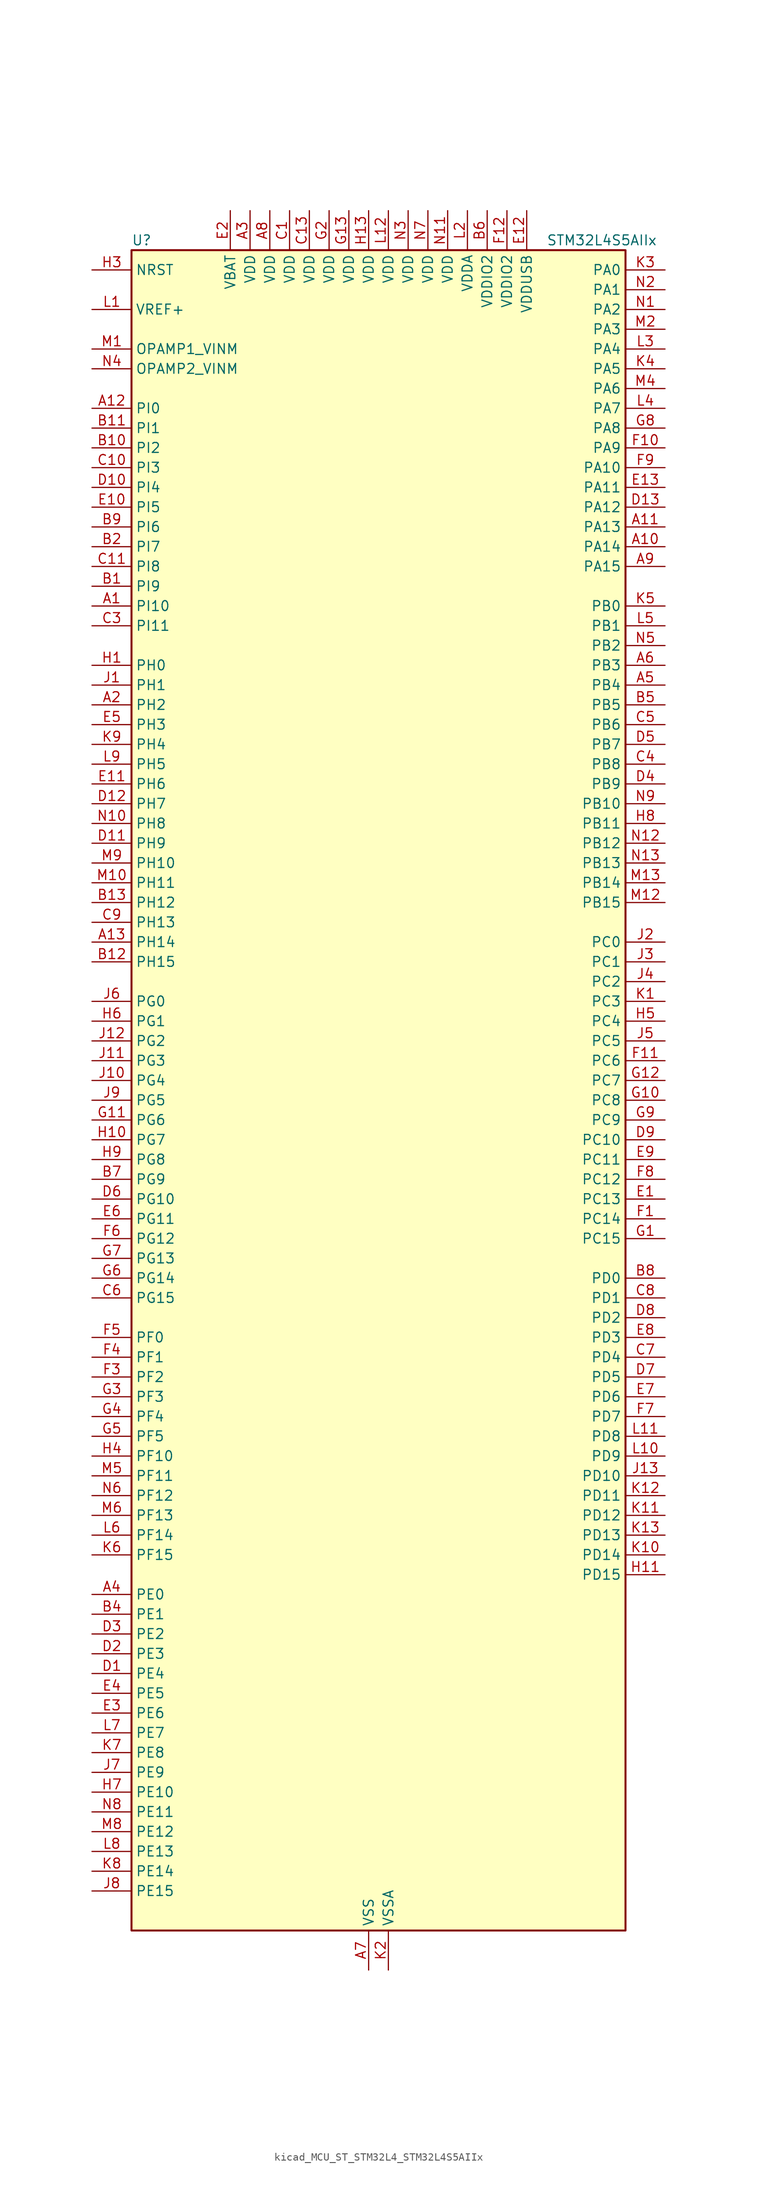
<source format=kicad_sym>
(kicad_symbol_lib
  (version 20220914)
  (generator kicad_symbol_editor)
  (symbol "kicad_MCU_ST_STM32L4_STM32L4S5AIIx"
    (property "Reference" "U"
      (at -30.48 110.49 0)
      (effects (font (size 1.27 1.27)) (justify left)))
    (property "Value" "STM32L4S5AIIx"
      (at 22.86 110.49 0)
      (effects (font (size 1.27 1.27)) (justify left)))
    (property "ki_locked" ""
      (at 0 0 0)
      (effects (font (size 1.27 1.27))))
    (symbol "kicad_MCU_ST_STM32L4_STM32L4S5AIIx_0_1"
      (rectangle (start -30.48 -106.68) (end 33.02 109.22) (stroke (width 0.254) (type default)) (fill (type background))))
    (symbol "kicad_MCU_ST_STM32L4_STM32L4S5AIIx_1_1"
      (pin bidirectional line (at -35.56 63.5 0) (length 5.08) (name "PI10" (effects (font (size 1.27 1.27)))) (number "A1" (effects (font (size 1.27 1.27)))) (alternate "OCTOSPIM_P2_IO1" bidirectional line))
      (pin bidirectional line (at 38.1 71.12 180) (length 5.08) (name "PA14" (effects (font (size 1.27 1.27)))) (number "A10" (effects (font (size 1.27 1.27)))) (alternate "I2C1_SMBA" bidirectional line) (alternate "I2C4_SMBA" bidirectional line) (alternate "LPTIM1_OUT" bidirectional line) (alternate "SAI1_FS_B" bidirectional line) (alternate "SYS_JTCK-SWCLK" bidirectional line) (alternate "USB_OTG_FS_SOF" bidirectional line))
      (pin bidirectional line (at 38.1 73.66 180) (length 5.08) (name "PA13" (effects (font (size 1.27 1.27)))) (number "A11" (effects (font (size 1.27 1.27)))) (alternate "IR_OUT" bidirectional line) (alternate "SAI1_SD_B" bidirectional line) (alternate "SYS_JTMS-SWDIO" bidirectional line) (alternate "USB_OTG_FS_NOE" bidirectional line))
      (pin bidirectional line (at -35.56 88.9 0) (length 5.08) (name "PI0" (effects (font (size 1.27 1.27)))) (number "A12" (effects (font (size 1.27 1.27)))) (alternate "DCMI_D13" bidirectional line) (alternate "OCTOSPIM_P1_IO5" bidirectional line) (alternate "SPI2_NSS" bidirectional line) (alternate "TIM5_CH4" bidirectional line))
      (pin bidirectional line (at -35.56 20.32 0) (length 5.08) (name "PH14" (effects (font (size 1.27 1.27)))) (number "A13" (effects (font (size 1.27 1.27)))) (alternate "DCMI_D4" bidirectional line) (alternate "TIM8_CH2N" bidirectional line))
      (pin bidirectional line (at -35.56 50.8 0) (length 5.08) (name "PH2" (effects (font (size 1.27 1.27)))) (number "A2" (effects (font (size 1.27 1.27)))) (alternate "OCTOSPIM_P1_IO4" bidirectional line))
      (pin power_in line (at -15.24 114.3 270) (length 5.08) (name "VDD" (effects (font (size 1.27 1.27)))) (number "A3" (effects (font (size 1.27 1.27)))))
      (pin bidirectional line (at -35.56 -63.5 0) (length 5.08) (name "PE0" (effects (font (size 1.27 1.27)))) (number "A4" (effects (font (size 1.27 1.27)))) (alternate "DCMI_D2" bidirectional line) (alternate "FMC_NBL0" bidirectional line) (alternate "TIM16_CH1" bidirectional line) (alternate "TIM4_ETR" bidirectional line))
      (pin bidirectional line (at 38.1 53.34 180) (length 5.08) (name "PB4" (effects (font (size 1.27 1.27)))) (number "A5" (effects (font (size 1.27 1.27)))) (alternate "COMP2_INP" bidirectional line) (alternate "DCMI_D12" bidirectional line) (alternate "I2C3_SDA" bidirectional line) (alternate "SAI1_MCLK_B" bidirectional line) (alternate "SPI1_MISO" bidirectional line) (alternate "SPI3_MISO" bidirectional line) (alternate "SYS_JTRST" bidirectional line) (alternate "TIM17_BKIN" bidirectional line) (alternate "TIM3_CH1" bidirectional line) (alternate "TSC_G2_IO1" bidirectional line) (alternate "UART5_DE" bidirectional line) (alternate "UART5_RTS" bidirectional line) (alternate "USART1_CTS" bidirectional line) (alternate "USART1_NSS" bidirectional line))
      (pin bidirectional line (at 38.1 55.88 180) (length 5.08) (name "PB3" (effects (font (size 1.27 1.27)))) (number "A6" (effects (font (size 1.27 1.27)))) (alternate "COMP2_INM" bidirectional line) (alternate "CRS_SYNC" bidirectional line) (alternate "SAI1_SCK_B" bidirectional line) (alternate "SPI1_SCK" bidirectional line) (alternate "SPI3_SCK" bidirectional line) (alternate "SYS_JTDO-SWO" bidirectional line) (alternate "TIM2_CH2" bidirectional line) (alternate "USART1_DE" bidirectional line) (alternate "USART1_RTS" bidirectional line))
      (pin power_in line (at 0 -111.76 90) (length 5.08) (name "VSS" (effects (font (size 1.27 1.27)))) (number "A7" (effects (font (size 1.27 1.27)))))
      (pin power_in line (at -12.7 114.3 270) (length 5.08) (name "VDD" (effects (font (size 1.27 1.27)))) (number "A8" (effects (font (size 1.27 1.27)))))
      (pin bidirectional line (at 38.1 68.58 180) (length 5.08) (name "PA15" (effects (font (size 1.27 1.27)))) (number "A9" (effects (font (size 1.27 1.27)))) (alternate "ADC1_EXTI15" bidirectional line) (alternate "SAI2_FS_B" bidirectional line) (alternate "SPI1_NSS" bidirectional line) (alternate "SPI3_NSS" bidirectional line) (alternate "SYS_JTDI" bidirectional line) (alternate "TIM2_CH1" bidirectional line) (alternate "TIM2_ETR" bidirectional line) (alternate "TSC_G3_IO1" bidirectional line) (alternate "UART4_DE" bidirectional line) (alternate "UART4_RTS" bidirectional line) (alternate "USART2_RX" bidirectional line) (alternate "USART3_DE" bidirectional line) (alternate "USART3_RTS" bidirectional line))
      (pin bidirectional line (at -35.56 66.04 0) (length 5.08) (name "PI9" (effects (font (size 1.27 1.27)))) (number "B1" (effects (font (size 1.27 1.27)))) (alternate "CAN1_RX" bidirectional line) (alternate "DAC1_EXTI9" bidirectional line) (alternate "OCTOSPIM_P2_IO2" bidirectional line))
      (pin bidirectional line (at -35.56 83.82 0) (length 5.08) (name "PI2" (effects (font (size 1.27 1.27)))) (number "B10" (effects (font (size 1.27 1.27)))) (alternate "DCMI_D9" bidirectional line) (alternate "SPI2_MISO" bidirectional line) (alternate "TIM8_CH4" bidirectional line))
      (pin bidirectional line (at -35.56 86.36 0) (length 5.08) (name "PI1" (effects (font (size 1.27 1.27)))) (number "B11" (effects (font (size 1.27 1.27)))) (alternate "DCMI_D8" bidirectional line) (alternate "SPI2_SCK" bidirectional line))
      (pin bidirectional line (at -35.56 17.78 0) (length 5.08) (name "PH15" (effects (font (size 1.27 1.27)))) (number "B12" (effects (font (size 1.27 1.27)))) (alternate "ADC1_EXTI15" bidirectional line) (alternate "DCMI_D11" bidirectional line) (alternate "OCTOSPIM_P2_IO6" bidirectional line) (alternate "TIM8_CH3N" bidirectional line))
      (pin bidirectional line (at -35.56 25.4 0) (length 5.08) (name "PH12" (effects (font (size 1.27 1.27)))) (number "B13" (effects (font (size 1.27 1.27)))) (alternate "DCMI_D3" bidirectional line) (alternate "OCTOSPIM_P2_IO7" bidirectional line) (alternate "TIM5_CH3" bidirectional line))
      (pin bidirectional line (at -35.56 71.12 0) (length 5.08) (name "PI7" (effects (font (size 1.27 1.27)))) (number "B2" (effects (font (size 1.27 1.27)))) (alternate "DCMI_D7" bidirectional line) (alternate "TIM8_CH3" bidirectional line))
      (pin passive line (at 0 -111.76 90) (length 5.08) hide (name "VSS" (effects (font (size 1.27 1.27)))) (number "B3" (effects (font (size 1.27 1.27)))))
      (pin bidirectional line (at -35.56 -66.04 0) (length 5.08) (name "PE1" (effects (font (size 1.27 1.27)))) (number "B4" (effects (font (size 1.27 1.27)))) (alternate "DCMI_D3" bidirectional line) (alternate "FMC_NBL1" bidirectional line) (alternate "TIM17_CH1" bidirectional line))
      (pin bidirectional line (at 38.1 50.8 180) (length 5.08) (name "PB5" (effects (font (size 1.27 1.27)))) (number "B5" (effects (font (size 1.27 1.27)))) (alternate "COMP2_OUT" bidirectional line) (alternate "DCMI_D10" bidirectional line) (alternate "I2C1_SMBA" bidirectional line) (alternate "LPTIM1_IN1" bidirectional line) (alternate "SAI1_SD_B" bidirectional line) (alternate "SPI1_MOSI" bidirectional line) (alternate "SPI3_MOSI" bidirectional line) (alternate "TIM16_BKIN" bidirectional line) (alternate "TIM3_CH2" bidirectional line) (alternate "TSC_G2_IO2" bidirectional line) (alternate "UART5_CTS" bidirectional line) (alternate "USART1_CK" bidirectional line))
      (pin power_in line (at 15.24 114.3 270) (length 5.08) (name "VDDIO2" (effects (font (size 1.27 1.27)))) (number "B6" (effects (font (size 1.27 1.27)))))
      (pin bidirectional line (at -35.56 -10.16 0) (length 5.08) (name "PG9" (effects (font (size 1.27 1.27)))) (number "B7" (effects (font (size 1.27 1.27)))) (alternate "DAC1_EXTI9" bidirectional line) (alternate "FMC_NCE" bidirectional line) (alternate "FMC_NE2" bidirectional line) (alternate "OCTOSPIM_P2_IO6" bidirectional line) (alternate "SAI2_SCK_A" bidirectional line) (alternate "SPI3_SCK" bidirectional line) (alternate "TIM15_CH1N" bidirectional line) (alternate "USART1_TX" bidirectional line))
      (pin bidirectional line (at 38.1 -22.86 180) (length 5.08) (name "PD0" (effects (font (size 1.27 1.27)))) (number "B8" (effects (font (size 1.27 1.27)))) (alternate "CAN1_RX" bidirectional line) (alternate "DFSDM1_DATIN7" bidirectional line) (alternate "FMC_D2" bidirectional line) (alternate "FMC_DA2" bidirectional line) (alternate "SPI2_NSS" bidirectional line))
      (pin bidirectional line (at -35.56 73.66 0) (length 5.08) (name "PI6" (effects (font (size 1.27 1.27)))) (number "B9" (effects (font (size 1.27 1.27)))) (alternate "DCMI_D6" bidirectional line) (alternate "OCTOSPIM_P2_CLK" bidirectional line) (alternate "TIM8_CH2" bidirectional line))
      (pin power_in line (at -10.16 114.3 270) (length 5.08) (name "VDD" (effects (font (size 1.27 1.27)))) (number "C1" (effects (font (size 1.27 1.27)))))
      (pin bidirectional line (at -35.56 81.28 0) (length 5.08) (name "PI3" (effects (font (size 1.27 1.27)))) (number "C10" (effects (font (size 1.27 1.27)))) (alternate "DCMI_D10" bidirectional line) (alternate "SPI2_MOSI" bidirectional line) (alternate "TIM8_ETR" bidirectional line))
      (pin bidirectional line (at -35.56 68.58 0) (length 5.08) (name "PI8" (effects (font (size 1.27 1.27)))) (number "C11" (effects (font (size 1.27 1.27)))) (alternate "DCMI_D12" bidirectional line) (alternate "OCTOSPIM_P2_NCS" bidirectional line))
      (pin passive line (at 0 -111.76 90) (length 5.08) hide (name "VSS" (effects (font (size 1.27 1.27)))) (number "C12" (effects (font (size 1.27 1.27)))))
      (pin power_in line (at -7.62 114.3 270) (length 5.08) (name "VDD" (effects (font (size 1.27 1.27)))) (number "C13" (effects (font (size 1.27 1.27)))))
      (pin passive line (at 0 -111.76 90) (length 5.08) hide (name "VSS" (effects (font (size 1.27 1.27)))) (number "C2" (effects (font (size 1.27 1.27)))))
      (pin bidirectional line (at -35.56 60.96 0) (length 5.08) (name "PI11" (effects (font (size 1.27 1.27)))) (number "C3" (effects (font (size 1.27 1.27)))) (alternate "ADC1_EXTI11" bidirectional line) (alternate "OCTOSPIM_P2_IO0" bidirectional line))
      (pin bidirectional line (at 38.1 43.18 180) (length 5.08) (name "PB8" (effects (font (size 1.27 1.27)))) (number "C4" (effects (font (size 1.27 1.27)))) (alternate "CAN1_RX" bidirectional line) (alternate "DCMI_D6" bidirectional line) (alternate "DFSDM1_CKOUT" bidirectional line) (alternate "DFSDM1_DATIN6" bidirectional line) (alternate "I2C1_SCL" bidirectional line) (alternate "SAI1_CK1" bidirectional line) (alternate "SAI1_MCLK_A" bidirectional line) (alternate "SDMMC1_CKIN" bidirectional line) (alternate "SDMMC1_D4" bidirectional line) (alternate "TIM16_CH1" bidirectional line) (alternate "TIM4_CH3" bidirectional line))
      (pin bidirectional line (at 38.1 48.26 180) (length 5.08) (name "PB6" (effects (font (size 1.27 1.27)))) (number "C5" (effects (font (size 1.27 1.27)))) (alternate "COMP2_INP" bidirectional line) (alternate "DCMI_D5" bidirectional line) (alternate "DFSDM1_DATIN5" bidirectional line) (alternate "I2C1_SCL" bidirectional line) (alternate "I2C4_SCL" bidirectional line) (alternate "LPTIM1_ETR" bidirectional line) (alternate "SAI1_FS_B" bidirectional line) (alternate "TIM16_CH1N" bidirectional line) (alternate "TIM4_CH1" bidirectional line) (alternate "TIM8_BKIN2" bidirectional line) (alternate "TSC_G2_IO3" bidirectional line) (alternate "USART1_TX" bidirectional line))
      (pin bidirectional line (at -35.56 -25.4 0) (length 5.08) (name "PG15" (effects (font (size 1.27 1.27)))) (number "C6" (effects (font (size 1.27 1.27)))) (alternate "ADC1_EXTI15" bidirectional line) (alternate "DCMI_D13" bidirectional line) (alternate "I2C1_SMBA" bidirectional line) (alternate "LPTIM1_OUT" bidirectional line) (alternate "OCTOSPIM_P2_DQS" bidirectional line))
      (pin bidirectional line (at 38.1 -33.02 180) (length 5.08) (name "PD4" (effects (font (size 1.27 1.27)))) (number "C7" (effects (font (size 1.27 1.27)))) (alternate "DFSDM1_CKIN0" bidirectional line) (alternate "FMC_NOE" bidirectional line) (alternate "OCTOSPIM_P1_IO4" bidirectional line) (alternate "SPI2_MOSI" bidirectional line) (alternate "USART2_DE" bidirectional line) (alternate "USART2_RTS" bidirectional line))
      (pin bidirectional line (at 38.1 -25.4 180) (length 5.08) (name "PD1" (effects (font (size 1.27 1.27)))) (number "C8" (effects (font (size 1.27 1.27)))) (alternate "CAN1_TX" bidirectional line) (alternate "DFSDM1_CKIN7" bidirectional line) (alternate "FMC_D3" bidirectional line) (alternate "FMC_DA3" bidirectional line) (alternate "SPI2_SCK" bidirectional line))
      (pin bidirectional line (at -35.56 22.86 0) (length 5.08) (name "PH13" (effects (font (size 1.27 1.27)))) (number "C9" (effects (font (size 1.27 1.27)))) (alternate "CAN1_TX" bidirectional line) (alternate "TIM8_CH1N" bidirectional line))
      (pin bidirectional line (at -35.56 -73.66 0) (length 5.08) (name "PE4" (effects (font (size 1.27 1.27)))) (number "D1" (effects (font (size 1.27 1.27)))) (alternate "DCMI_D4" bidirectional line) (alternate "DFSDM1_DATIN3" bidirectional line) (alternate "FMC_A20" bidirectional line) (alternate "SAI1_D2" bidirectional line) (alternate "SAI1_FS_A" bidirectional line) (alternate "SYS_TRACED1" bidirectional line) (alternate "TIM3_CH2" bidirectional line) (alternate "TSC_G7_IO3" bidirectional line))
      (pin bidirectional line (at -35.56 78.74 0) (length 5.08) (name "PI4" (effects (font (size 1.27 1.27)))) (number "D10" (effects (font (size 1.27 1.27)))) (alternate "DCMI_D5" bidirectional line) (alternate "TIM8_BKIN" bidirectional line))
      (pin bidirectional line (at -35.56 33.02 0) (length 5.08) (name "PH9" (effects (font (size 1.27 1.27)))) (number "D11" (effects (font (size 1.27 1.27)))) (alternate "DAC1_EXTI9" bidirectional line) (alternate "DCMI_D0" bidirectional line) (alternate "I2C3_SMBA" bidirectional line) (alternate "OCTOSPIM_P2_IO4" bidirectional line))
      (pin bidirectional line (at -35.56 38.1 0) (length 5.08) (name "PH7" (effects (font (size 1.27 1.27)))) (number "D12" (effects (font (size 1.27 1.27)))) (alternate "DCMI_D9" bidirectional line) (alternate "I2C3_SCL" bidirectional line))
      (pin bidirectional line (at 38.1 76.2 180) (length 5.08) (name "PA12" (effects (font (size 1.27 1.27)))) (number "D13" (effects (font (size 1.27 1.27)))) (alternate "CAN1_TX" bidirectional line) (alternate "SPI1_MOSI" bidirectional line) (alternate "TIM1_ETR" bidirectional line) (alternate "USART1_DE" bidirectional line) (alternate "USART1_RTS" bidirectional line) (alternate "USB_OTG_FS_DP" bidirectional line))
      (pin bidirectional line (at -35.56 -71.12 0) (length 5.08) (name "PE3" (effects (font (size 1.27 1.27)))) (number "D2" (effects (font (size 1.27 1.27)))) (alternate "FMC_A19" bidirectional line) (alternate "OCTOSPIM_P1_DQS" bidirectional line) (alternate "SAI1_SD_B" bidirectional line) (alternate "SYS_TRACED0" bidirectional line) (alternate "TIM3_CH1" bidirectional line) (alternate "TSC_G7_IO2" bidirectional line))
      (pin bidirectional line (at -35.56 -68.58 0) (length 5.08) (name "PE2" (effects (font (size 1.27 1.27)))) (number "D3" (effects (font (size 1.27 1.27)))) (alternate "FMC_A23" bidirectional line) (alternate "SAI1_CK1" bidirectional line) (alternate "SAI1_MCLK_A" bidirectional line) (alternate "SYS_TRACECLK" bidirectional line) (alternate "TIM3_ETR" bidirectional line) (alternate "TSC_G7_IO1" bidirectional line))
      (pin bidirectional line (at 38.1 40.64 180) (length 5.08) (name "PB9" (effects (font (size 1.27 1.27)))) (number "D4" (effects (font (size 1.27 1.27)))) (alternate "CAN1_TX" bidirectional line) (alternate "DAC1_EXTI9" bidirectional line) (alternate "DCMI_D7" bidirectional line) (alternate "DFSDM1_CKIN6" bidirectional line) (alternate "I2C1_SDA" bidirectional line) (alternate "IR_OUT" bidirectional line) (alternate "SAI1_D2" bidirectional line) (alternate "SAI1_FS_A" bidirectional line) (alternate "SDMMC1_CDIR" bidirectional line) (alternate "SDMMC1_D5" bidirectional line) (alternate "SPI2_NSS" bidirectional line) (alternate "TIM17_CH1" bidirectional line) (alternate "TIM4_CH4" bidirectional line))
      (pin bidirectional line (at 38.1 45.72 180) (length 5.08) (name "PB7" (effects (font (size 1.27 1.27)))) (number "D5" (effects (font (size 1.27 1.27)))) (alternate "COMP2_INM" bidirectional line) (alternate "DCMI_VSYNC" bidirectional line) (alternate "DFSDM1_CKIN5" bidirectional line) (alternate "FMC_NL" bidirectional line) (alternate "I2C1_SDA" bidirectional line) (alternate "I2C4_SDA" bidirectional line) (alternate "LPTIM1_IN2" bidirectional line) (alternate "SYS_PVD_IN" bidirectional line) (alternate "TIM17_CH1N" bidirectional line) (alternate "TIM4_CH2" bidirectional line) (alternate "TIM8_BKIN" bidirectional line) (alternate "TSC_G2_IO4" bidirectional line) (alternate "UART4_CTS" bidirectional line) (alternate "USART1_RX" bidirectional line))
      (pin bidirectional line (at -35.56 -12.7 0) (length 5.08) (name "PG10" (effects (font (size 1.27 1.27)))) (number "D6" (effects (font (size 1.27 1.27)))) (alternate "FMC_NE3" bidirectional line) (alternate "LPTIM1_IN1" bidirectional line) (alternate "OCTOSPIM_P2_IO7" bidirectional line) (alternate "SAI2_FS_A" bidirectional line) (alternate "SPI3_MISO" bidirectional line) (alternate "TIM15_CH1" bidirectional line) (alternate "USART1_RX" bidirectional line))
      (pin bidirectional line (at 38.1 -35.56 180) (length 5.08) (name "PD5" (effects (font (size 1.27 1.27)))) (number "D7" (effects (font (size 1.27 1.27)))) (alternate "FMC_NWE" bidirectional line) (alternate "OCTOSPIM_P1_IO5" bidirectional line) (alternate "USART2_TX" bidirectional line))
      (pin bidirectional line (at 38.1 -27.94 180) (length 5.08) (name "PD2" (effects (font (size 1.27 1.27)))) (number "D8" (effects (font (size 1.27 1.27)))) (alternate "DCMI_D11" bidirectional line) (alternate "SDMMC1_CMD" bidirectional line) (alternate "SYS_TRACED2" bidirectional line) (alternate "TIM3_ETR" bidirectional line) (alternate "TSC_SYNC" bidirectional line) (alternate "UART5_RX" bidirectional line) (alternate "USART3_DE" bidirectional line) (alternate "USART3_RTS" bidirectional line))
      (pin bidirectional line (at 38.1 -5.08 180) (length 5.08) (name "PC10" (effects (font (size 1.27 1.27)))) (number "D9" (effects (font (size 1.27 1.27)))) (alternate "DCMI_D8" bidirectional line) (alternate "SAI2_SCK_B" bidirectional line) (alternate "SDMMC1_D2" bidirectional line) (alternate "SPI3_SCK" bidirectional line) (alternate "SYS_TRACED1" bidirectional line) (alternate "TSC_G3_IO2" bidirectional line) (alternate "UART4_TX" bidirectional line) (alternate "USART3_TX" bidirectional line))
      (pin bidirectional line (at 38.1 -12.7 180) (length 5.08) (name "PC13" (effects (font (size 1.27 1.27)))) (number "E1" (effects (font (size 1.27 1.27)))) (alternate "RTC_OUT_ALARM" bidirectional line) (alternate "RTC_OUT_CALIB" bidirectional line) (alternate "RTC_TAMP1" bidirectional line) (alternate "RTC_TS" bidirectional line) (alternate "SYS_WKUP2" bidirectional line))
      (pin bidirectional line (at -35.56 76.2 0) (length 5.08) (name "PI5" (effects (font (size 1.27 1.27)))) (number "E10" (effects (font (size 1.27 1.27)))) (alternate "DCMI_VSYNC" bidirectional line) (alternate "OCTOSPIM_P2_NCS" bidirectional line) (alternate "TIM8_CH1" bidirectional line))
      (pin bidirectional line (at -35.56 40.64 0) (length 5.08) (name "PH6" (effects (font (size 1.27 1.27)))) (number "E11" (effects (font (size 1.27 1.27)))) (alternate "DCMI_D8" bidirectional line) (alternate "I2C2_SMBA" bidirectional line) (alternate "OCTOSPIM_P2_CLK" bidirectional line))
      (pin power_in line (at 20.32 114.3 270) (length 5.08) (name "VDDUSB" (effects (font (size 1.27 1.27)))) (number "E12" (effects (font (size 1.27 1.27)))))
      (pin bidirectional line (at 38.1 78.74 180) (length 5.08) (name "PA11" (effects (font (size 1.27 1.27)))) (number "E13" (effects (font (size 1.27 1.27)))) (alternate "ADC1_EXTI11" bidirectional line) (alternate "CAN1_RX" bidirectional line) (alternate "SPI1_MISO" bidirectional line) (alternate "TIM1_BKIN2" bidirectional line) (alternate "TIM1_CH4" bidirectional line) (alternate "USART1_CTS" bidirectional line) (alternate "USART1_NSS" bidirectional line) (alternate "USB_OTG_FS_DM" bidirectional line))
      (pin power_in line (at -17.78 114.3 270) (length 5.08) (name "VBAT" (effects (font (size 1.27 1.27)))) (number "E2" (effects (font (size 1.27 1.27)))))
      (pin bidirectional line (at -35.56 -78.74 0) (length 5.08) (name "PE6" (effects (font (size 1.27 1.27)))) (number "E3" (effects (font (size 1.27 1.27)))) (alternate "DCMI_D7" bidirectional line) (alternate "FMC_A22" bidirectional line) (alternate "RTC_TAMP3" bidirectional line) (alternate "SAI1_D1" bidirectional line) (alternate "SAI1_SD_A" bidirectional line) (alternate "SYS_TRACED3" bidirectional line) (alternate "SYS_WKUP3" bidirectional line) (alternate "TIM3_CH4" bidirectional line))
      (pin bidirectional line (at -35.56 -76.2 0) (length 5.08) (name "PE5" (effects (font (size 1.27 1.27)))) (number "E4" (effects (font (size 1.27 1.27)))) (alternate "DCMI_D6" bidirectional line) (alternate "DFSDM1_CKIN3" bidirectional line) (alternate "FMC_A21" bidirectional line) (alternate "SAI1_CK2" bidirectional line) (alternate "SAI1_SCK_A" bidirectional line) (alternate "SYS_TRACED2" bidirectional line) (alternate "TIM3_CH3" bidirectional line) (alternate "TSC_G7_IO4" bidirectional line))
      (pin bidirectional line (at -35.56 48.26 0) (length 5.08) (name "PH3" (effects (font (size 1.27 1.27)))) (number "E5" (effects (font (size 1.27 1.27)))))
      (pin bidirectional line (at -35.56 -15.24 0) (length 5.08) (name "PG11" (effects (font (size 1.27 1.27)))) (number "E6" (effects (font (size 1.27 1.27)))) (alternate "ADC1_EXTI11" bidirectional line) (alternate "LPTIM1_IN2" bidirectional line) (alternate "OCTOSPIM_P1_IO5" bidirectional line) (alternate "SAI2_MCLK_A" bidirectional line) (alternate "SPI3_MOSI" bidirectional line) (alternate "TIM15_CH2" bidirectional line) (alternate "USART1_CTS" bidirectional line) (alternate "USART1_NSS" bidirectional line))
      (pin bidirectional line (at 38.1 -38.1 180) (length 5.08) (name "PD6" (effects (font (size 1.27 1.27)))) (number "E7" (effects (font (size 1.27 1.27)))) (alternate "DCMI_D10" bidirectional line) (alternate "DFSDM1_DATIN1" bidirectional line) (alternate "FMC_NWAIT" bidirectional line) (alternate "OCTOSPIM_P1_IO6" bidirectional line) (alternate "SAI1_D1" bidirectional line) (alternate "SAI1_SD_A" bidirectional line) (alternate "SPI3_MOSI" bidirectional line) (alternate "USART2_RX" bidirectional line))
      (pin bidirectional line (at 38.1 -30.48 180) (length 5.08) (name "PD3" (effects (font (size 1.27 1.27)))) (number "E8" (effects (font (size 1.27 1.27)))) (alternate "DCMI_D5" bidirectional line) (alternate "DFSDM1_DATIN0" bidirectional line) (alternate "FMC_CLK" bidirectional line) (alternate "OCTOSPIM_P2_NCS" bidirectional line) (alternate "SPI2_MISO" bidirectional line) (alternate "SPI2_SCK" bidirectional line) (alternate "USART2_CTS" bidirectional line) (alternate "USART2_NSS" bidirectional line))
      (pin bidirectional line (at 38.1 -7.62 180) (length 5.08) (name "PC11" (effects (font (size 1.27 1.27)))) (number "E9" (effects (font (size 1.27 1.27)))) (alternate "ADC1_EXTI11" bidirectional line) (alternate "DCMI_D2" bidirectional line) (alternate "DCMI_D4" bidirectional line) (alternate "OCTOSPIM_P1_NCS" bidirectional line) (alternate "SAI2_MCLK_B" bidirectional line) (alternate "SDMMC1_D3" bidirectional line) (alternate "SPI3_MISO" bidirectional line) (alternate "TSC_G3_IO3" bidirectional line) (alternate "UART4_RX" bidirectional line) (alternate "USART3_RX" bidirectional line))
      (pin bidirectional line (at 38.1 -15.24 180) (length 5.08) (name "PC14" (effects (font (size 1.27 1.27)))) (number "F1" (effects (font (size 1.27 1.27)))) (alternate "RCC_OSC32_IN" bidirectional line))
      (pin bidirectional line (at 38.1 83.82 180) (length 5.08) (name "PA9" (effects (font (size 1.27 1.27)))) (number "F10" (effects (font (size 1.27 1.27)))) (alternate "DAC1_EXTI9" bidirectional line) (alternate "DCMI_D0" bidirectional line) (alternate "SAI1_FS_A" bidirectional line) (alternate "SPI2_SCK" bidirectional line) (alternate "TIM15_BKIN" bidirectional line) (alternate "TIM1_CH2" bidirectional line) (alternate "USART1_TX" bidirectional line) (alternate "USB_OTG_FS_VBUS" bidirectional line))
      (pin bidirectional line (at 38.1 5.08 180) (length 5.08) (name "PC6" (effects (font (size 1.27 1.27)))) (number "F11" (effects (font (size 1.27 1.27)))) (alternate "DCMI_D0" bidirectional line) (alternate "DFSDM1_CKIN3" bidirectional line) (alternate "SAI2_MCLK_A" bidirectional line) (alternate "SDMMC1_D0DIR" bidirectional line) (alternate "SDMMC1_D6" bidirectional line) (alternate "TIM3_CH1" bidirectional line) (alternate "TIM8_CH1" bidirectional line) (alternate "TSC_G4_IO1" bidirectional line))
      (pin power_in line (at 17.78 114.3 270) (length 5.08) (name "VDDIO2" (effects (font (size 1.27 1.27)))) (number "F12" (effects (font (size 1.27 1.27)))))
      (pin passive line (at 0 -111.76 90) (length 5.08) hide (name "VSS" (effects (font (size 1.27 1.27)))) (number "F13" (effects (font (size 1.27 1.27)))))
      (pin passive line (at 0 -111.76 90) (length 5.08) hide (name "VSS" (effects (font (size 1.27 1.27)))) (number "F2" (effects (font (size 1.27 1.27)))))
      (pin bidirectional line (at -35.56 -35.56 0) (length 5.08) (name "PF2" (effects (font (size 1.27 1.27)))) (number "F3" (effects (font (size 1.27 1.27)))) (alternate "FMC_A2" bidirectional line) (alternate "I2C2_SMBA" bidirectional line) (alternate "OCTOSPIM_P2_IO2" bidirectional line))
      (pin bidirectional line (at -35.56 -33.02 0) (length 5.08) (name "PF1" (effects (font (size 1.27 1.27)))) (number "F4" (effects (font (size 1.27 1.27)))) (alternate "FMC_A1" bidirectional line) (alternate "I2C2_SCL" bidirectional line) (alternate "OCTOSPIM_P2_IO1" bidirectional line))
      (pin bidirectional line (at -35.56 -30.48 0) (length 5.08) (name "PF0" (effects (font (size 1.27 1.27)))) (number "F5" (effects (font (size 1.27 1.27)))) (alternate "FMC_A0" bidirectional line) (alternate "I2C2_SDA" bidirectional line) (alternate "OCTOSPIM_P2_IO0" bidirectional line))
      (pin bidirectional line (at -35.56 -17.78 0) (length 5.08) (name "PG12" (effects (font (size 1.27 1.27)))) (number "F6" (effects (font (size 1.27 1.27)))) (alternate "FMC_NE4" bidirectional line) (alternate "LPTIM1_ETR" bidirectional line) (alternate "OCTOSPIM_P2_NCS" bidirectional line) (alternate "SAI2_SD_A" bidirectional line) (alternate "SPI3_NSS" bidirectional line) (alternate "USART1_DE" bidirectional line) (alternate "USART1_RTS" bidirectional line))
      (pin bidirectional line (at 38.1 -40.64 180) (length 5.08) (name "PD7" (effects (font (size 1.27 1.27)))) (number "F7" (effects (font (size 1.27 1.27)))) (alternate "DFSDM1_CKIN1" bidirectional line) (alternate "FMC_NCE" bidirectional line) (alternate "FMC_NE1" bidirectional line) (alternate "OCTOSPIM_P1_IO7" bidirectional line) (alternate "USART2_CK" bidirectional line))
      (pin bidirectional line (at 38.1 -10.16 180) (length 5.08) (name "PC12" (effects (font (size 1.27 1.27)))) (number "F8" (effects (font (size 1.27 1.27)))) (alternate "DCMI_D9" bidirectional line) (alternate "SAI2_SD_B" bidirectional line) (alternate "SDMMC1_CK" bidirectional line) (alternate "SPI3_MOSI" bidirectional line) (alternate "SYS_TRACED3" bidirectional line) (alternate "TSC_G3_IO4" bidirectional line) (alternate "UART5_TX" bidirectional line) (alternate "USART3_CK" bidirectional line))
      (pin bidirectional line (at 38.1 81.28 180) (length 5.08) (name "PA10" (effects (font (size 1.27 1.27)))) (number "F9" (effects (font (size 1.27 1.27)))) (alternate "DCMI_D1" bidirectional line) (alternate "SAI1_D1" bidirectional line) (alternate "SAI1_SD_A" bidirectional line) (alternate "TIM17_BKIN" bidirectional line) (alternate "TIM1_CH3" bidirectional line) (alternate "USART1_RX" bidirectional line) (alternate "USB_OTG_FS_ID" bidirectional line))
      (pin bidirectional line (at 38.1 -17.78 180) (length 5.08) (name "PC15" (effects (font (size 1.27 1.27)))) (number "G1" (effects (font (size 1.27 1.27)))) (alternate "ADC1_EXTI15" bidirectional line) (alternate "RCC_OSC32_OUT" bidirectional line))
      (pin bidirectional line (at 38.1 0 180) (length 5.08) (name "PC8" (effects (font (size 1.27 1.27)))) (number "G10" (effects (font (size 1.27 1.27)))) (alternate "DCMI_D2" bidirectional line) (alternate "SDMMC1_D0" bidirectional line) (alternate "TIM3_CH3" bidirectional line) (alternate "TIM8_CH3" bidirectional line) (alternate "TSC_G4_IO3" bidirectional line))
      (pin bidirectional line (at -35.56 -2.54 0) (length 5.08) (name "PG6" (effects (font (size 1.27 1.27)))) (number "G11" (effects (font (size 1.27 1.27)))) (alternate "I2C3_SMBA" bidirectional line) (alternate "LPUART1_DE" bidirectional line) (alternate "LPUART1_RTS" bidirectional line) (alternate "OCTOSPIM_P1_DQS" bidirectional line))
      (pin bidirectional line (at 38.1 2.54 180) (length 5.08) (name "PC7" (effects (font (size 1.27 1.27)))) (number "G12" (effects (font (size 1.27 1.27)))) (alternate "DCMI_D1" bidirectional line) (alternate "DFSDM1_DATIN3" bidirectional line) (alternate "SAI2_MCLK_B" bidirectional line) (alternate "SDMMC1_D123DIR" bidirectional line) (alternate "SDMMC1_D7" bidirectional line) (alternate "TIM3_CH2" bidirectional line) (alternate "TIM8_CH2" bidirectional line) (alternate "TSC_G4_IO2" bidirectional line))
      (pin power_in line (at -2.54 114.3 270) (length 5.08) (name "VDD" (effects (font (size 1.27 1.27)))) (number "G13" (effects (font (size 1.27 1.27)))))
      (pin power_in line (at -5.08 114.3 270) (length 5.08) (name "VDD" (effects (font (size 1.27 1.27)))) (number "G2" (effects (font (size 1.27 1.27)))))
      (pin bidirectional line (at -35.56 -38.1 0) (length 5.08) (name "PF3" (effects (font (size 1.27 1.27)))) (number "G3" (effects (font (size 1.27 1.27)))) (alternate "FMC_A3" bidirectional line) (alternate "OCTOSPIM_P2_IO3" bidirectional line))
      (pin bidirectional line (at -35.56 -40.64 0) (length 5.08) (name "PF4" (effects (font (size 1.27 1.27)))) (number "G4" (effects (font (size 1.27 1.27)))) (alternate "FMC_A4" bidirectional line) (alternate "OCTOSPIM_P2_CLK" bidirectional line))
      (pin bidirectional line (at -35.56 -43.18 0) (length 5.08) (name "PF5" (effects (font (size 1.27 1.27)))) (number "G5" (effects (font (size 1.27 1.27)))) (alternate "FMC_A5" bidirectional line))
      (pin bidirectional line (at -35.56 -22.86 0) (length 5.08) (name "PG14" (effects (font (size 1.27 1.27)))) (number "G6" (effects (font (size 1.27 1.27)))) (alternate "FMC_A25" bidirectional line) (alternate "I2C1_SCL" bidirectional line))
      (pin bidirectional line (at -35.56 -20.32 0) (length 5.08) (name "PG13" (effects (font (size 1.27 1.27)))) (number "G7" (effects (font (size 1.27 1.27)))) (alternate "FMC_A24" bidirectional line) (alternate "I2C1_SDA" bidirectional line) (alternate "USART1_CK" bidirectional line))
      (pin bidirectional line (at 38.1 86.36 180) (length 5.08) (name "PA8" (effects (font (size 1.27 1.27)))) (number "G8" (effects (font (size 1.27 1.27)))) (alternate "LPTIM2_OUT" bidirectional line) (alternate "RCC_MCO" bidirectional line) (alternate "SAI1_CK2" bidirectional line) (alternate "SAI1_SCK_A" bidirectional line) (alternate "TIM1_CH1" bidirectional line) (alternate "USART1_CK" bidirectional line) (alternate "USB_OTG_FS_SOF" bidirectional line))
      (pin bidirectional line (at 38.1 -2.54 180) (length 5.08) (name "PC9" (effects (font (size 1.27 1.27)))) (number "G9" (effects (font (size 1.27 1.27)))) (alternate "DAC1_EXTI9" bidirectional line) (alternate "DCMI_D3" bidirectional line) (alternate "I2C3_SDA" bidirectional line) (alternate "SAI2_EXTCLK" bidirectional line) (alternate "SDMMC1_D1" bidirectional line) (alternate "SYS_TRACED0" bidirectional line) (alternate "TIM3_CH4" bidirectional line) (alternate "TIM8_BKIN2" bidirectional line) (alternate "TIM8_CH4" bidirectional line) (alternate "TSC_G4_IO4" bidirectional line) (alternate "USB_OTG_FS_NOE" bidirectional line))
      (pin bidirectional line (at -35.56 55.88 0) (length 5.08) (name "PH0" (effects (font (size 1.27 1.27)))) (number "H1" (effects (font (size 1.27 1.27)))) (alternate "RCC_OSC_IN" bidirectional line))
      (pin bidirectional line (at -35.56 -5.08 0) (length 5.08) (name "PG7" (effects (font (size 1.27 1.27)))) (number "H10" (effects (font (size 1.27 1.27)))) (alternate "DFSDM1_CKOUT" bidirectional line) (alternate "FMC_INT" bidirectional line) (alternate "I2C3_SCL" bidirectional line) (alternate "LPUART1_TX" bidirectional line) (alternate "OCTOSPIM_P2_DQS" bidirectional line) (alternate "SAI1_CK1" bidirectional line) (alternate "SAI1_MCLK_A" bidirectional line))
      (pin bidirectional line (at 38.1 -60.96 180) (length 5.08) (name "PD15" (effects (font (size 1.27 1.27)))) (number "H11" (effects (font (size 1.27 1.27)))) (alternate "ADC1_EXTI15" bidirectional line) (alternate "FMC_D1" bidirectional line) (alternate "FMC_DA1" bidirectional line) (alternate "TIM4_CH4" bidirectional line))
      (pin passive line (at 0 -111.76 90) (length 5.08) hide (name "VSS" (effects (font (size 1.27 1.27)))) (number "H12" (effects (font (size 1.27 1.27)))))
      (pin power_in line (at 0 114.3 270) (length 5.08) (name "VDD" (effects (font (size 1.27 1.27)))) (number "H13" (effects (font (size 1.27 1.27)))))
      (pin passive line (at 0 -111.76 90) (length 5.08) hide (name "VSS" (effects (font (size 1.27 1.27)))) (number "H2" (effects (font (size 1.27 1.27)))))
      (pin input line (at -35.56 106.68 0) (length 5.08) (name "NRST" (effects (font (size 1.27 1.27)))) (number "H3" (effects (font (size 1.27 1.27)))))
      (pin bidirectional line (at -35.56 -45.72 0) (length 5.08) (name "PF10" (effects (font (size 1.27 1.27)))) (number "H4" (effects (font (size 1.27 1.27)))) (alternate "DCMI_D11" bidirectional line) (alternate "DFSDM1_CKOUT" bidirectional line) (alternate "OCTOSPIM_P1_CLK" bidirectional line) (alternate "SAI1_D3" bidirectional line) (alternate "TIM15_CH2" bidirectional line))
      (pin bidirectional line (at 38.1 10.16 180) (length 5.08) (name "PC4" (effects (font (size 1.27 1.27)))) (number "H5" (effects (font (size 1.27 1.27)))) (alternate "ADC1_IN13" bidirectional line) (alternate "COMP1_INM" bidirectional line) (alternate "OCTOSPIM_P1_IO7" bidirectional line) (alternate "USART3_TX" bidirectional line))
      (pin bidirectional line (at -35.56 10.16 0) (length 5.08) (name "PG1" (effects (font (size 1.27 1.27)))) (number "H6" (effects (font (size 1.27 1.27)))) (alternate "FMC_A11" bidirectional line) (alternate "OCTOSPIM_P2_IO5" bidirectional line) (alternate "TSC_G8_IO4" bidirectional line))
      (pin bidirectional line (at -35.56 -88.9 0) (length 5.08) (name "PE10" (effects (font (size 1.27 1.27)))) (number "H7" (effects (font (size 1.27 1.27)))) (alternate "DFSDM1_DATIN4" bidirectional line) (alternate "FMC_D7" bidirectional line) (alternate "FMC_DA7" bidirectional line) (alternate "OCTOSPIM_P1_CLK" bidirectional line) (alternate "SAI1_MCLK_B" bidirectional line) (alternate "TIM1_CH2N" bidirectional line) (alternate "TSC_G5_IO1" bidirectional line))
      (pin bidirectional line (at 38.1 35.56 180) (length 5.08) (name "PB11" (effects (font (size 1.27 1.27)))) (number "H8" (effects (font (size 1.27 1.27)))) (alternate "ADC1_EXTI11" bidirectional line) (alternate "COMP2_OUT" bidirectional line) (alternate "DFSDM1_CKIN7" bidirectional line) (alternate "I2C2_SDA" bidirectional line) (alternate "I2C4_SDA" bidirectional line) (alternate "LPUART1_TX" bidirectional line) (alternate "OCTOSPIM_P1_NCS" bidirectional line) (alternate "TIM2_CH4" bidirectional line) (alternate "USART3_RX" bidirectional line))
      (pin bidirectional line (at -35.56 -7.62 0) (length 5.08) (name "PG8" (effects (font (size 1.27 1.27)))) (number "H9" (effects (font (size 1.27 1.27)))) (alternate "I2C3_SDA" bidirectional line) (alternate "LPUART1_RX" bidirectional line))
      (pin bidirectional line (at -35.56 53.34 0) (length 5.08) (name "PH1" (effects (font (size 1.27 1.27)))) (number "J1" (effects (font (size 1.27 1.27)))) (alternate "RCC_OSC_OUT" bidirectional line))
      (pin bidirectional line (at -35.56 2.54 0) (length 5.08) (name "PG4" (effects (font (size 1.27 1.27)))) (number "J10" (effects (font (size 1.27 1.27)))) (alternate "FMC_A14" bidirectional line) (alternate "SAI2_MCLK_B" bidirectional line) (alternate "SPI1_MOSI" bidirectional line))
      (pin bidirectional line (at -35.56 5.08 0) (length 5.08) (name "PG3" (effects (font (size 1.27 1.27)))) (number "J11" (effects (font (size 1.27 1.27)))) (alternate "FMC_A13" bidirectional line) (alternate "SAI2_FS_B" bidirectional line) (alternate "SPI1_MISO" bidirectional line))
      (pin bidirectional line (at -35.56 7.62 0) (length 5.08) (name "PG2" (effects (font (size 1.27 1.27)))) (number "J12" (effects (font (size 1.27 1.27)))) (alternate "FMC_A12" bidirectional line) (alternate "SAI2_SCK_B" bidirectional line) (alternate "SPI1_SCK" bidirectional line))
      (pin bidirectional line (at 38.1 -48.26 180) (length 5.08) (name "PD10" (effects (font (size 1.27 1.27)))) (number "J13" (effects (font (size 1.27 1.27)))) (alternate "FMC_D15" bidirectional line) (alternate "FMC_DA15" bidirectional line) (alternate "SAI2_SCK_A" bidirectional line) (alternate "TSC_G6_IO1" bidirectional line) (alternate "USART3_CK" bidirectional line))
      (pin bidirectional line (at 38.1 20.32 180) (length 5.08) (name "PC0" (effects (font (size 1.27 1.27)))) (number "J2" (effects (font (size 1.27 1.27)))) (alternate "ADC1_IN1" bidirectional line) (alternate "DFSDM1_DATIN4" bidirectional line) (alternate "I2C3_SCL" bidirectional line) (alternate "LPTIM1_IN1" bidirectional line) (alternate "LPTIM2_IN1" bidirectional line) (alternate "LPUART1_RX" bidirectional line) (alternate "SAI2_FS_A" bidirectional line))
      (pin bidirectional line (at 38.1 17.78 180) (length 5.08) (name "PC1" (effects (font (size 1.27 1.27)))) (number "J3" (effects (font (size 1.27 1.27)))) (alternate "ADC1_IN2" bidirectional line) (alternate "DFSDM1_CKIN4" bidirectional line) (alternate "I2C3_SDA" bidirectional line) (alternate "LPTIM1_OUT" bidirectional line) (alternate "LPUART1_TX" bidirectional line) (alternate "OCTOSPIM_P1_IO4" bidirectional line) (alternate "SAI1_SD_A" bidirectional line) (alternate "SPI2_MOSI" bidirectional line) (alternate "SYS_TRACED0" bidirectional line))
      (pin bidirectional line (at 38.1 15.24 180) (length 5.08) (name "PC2" (effects (font (size 1.27 1.27)))) (number "J4" (effects (font (size 1.27 1.27)))) (alternate "ADC1_IN3" bidirectional line) (alternate "DFSDM1_CKOUT" bidirectional line) (alternate "LPTIM1_IN2" bidirectional line) (alternate "OCTOSPIM_P1_IO5" bidirectional line) (alternate "SPI2_MISO" bidirectional line))
      (pin bidirectional line (at 38.1 7.62 180) (length 5.08) (name "PC5" (effects (font (size 1.27 1.27)))) (number "J5" (effects (font (size 1.27 1.27)))) (alternate "ADC1_IN14" bidirectional line) (alternate "COMP1_INP" bidirectional line) (alternate "SAI1_D3" bidirectional line) (alternate "SYS_WKUP5" bidirectional line) (alternate "USART3_RX" bidirectional line))
      (pin bidirectional line (at -35.56 12.7 0) (length 5.08) (name "PG0" (effects (font (size 1.27 1.27)))) (number "J6" (effects (font (size 1.27 1.27)))) (alternate "FMC_A10" bidirectional line) (alternate "OCTOSPIM_P2_IO4" bidirectional line) (alternate "TSC_G8_IO3" bidirectional line))
      (pin bidirectional line (at -35.56 -86.36 0) (length 5.08) (name "PE9" (effects (font (size 1.27 1.27)))) (number "J7" (effects (font (size 1.27 1.27)))) (alternate "DAC1_EXTI9" bidirectional line) (alternate "DFSDM1_CKOUT" bidirectional line) (alternate "FMC_D6" bidirectional line) (alternate "FMC_DA6" bidirectional line) (alternate "SAI1_FS_B" bidirectional line) (alternate "TIM1_CH1" bidirectional line))
      (pin bidirectional line (at -35.56 -101.6 0) (length 5.08) (name "PE15" (effects (font (size 1.27 1.27)))) (number "J8" (effects (font (size 1.27 1.27)))) (alternate "ADC1_EXTI15" bidirectional line) (alternate "FMC_D12" bidirectional line) (alternate "FMC_DA12" bidirectional line) (alternate "OCTOSPIM_P1_IO3" bidirectional line) (alternate "SPI1_MOSI" bidirectional line) (alternate "TIM1_BKIN" bidirectional line))
      (pin bidirectional line (at -35.56 0 0) (length 5.08) (name "PG5" (effects (font (size 1.27 1.27)))) (number "J9" (effects (font (size 1.27 1.27)))) (alternate "FMC_A15" bidirectional line) (alternate "LPUART1_CTS" bidirectional line) (alternate "SAI2_SD_B" bidirectional line) (alternate "SPI1_NSS" bidirectional line))
      (pin bidirectional line (at 38.1 12.7 180) (length 5.08) (name "PC3" (effects (font (size 1.27 1.27)))) (number "K1" (effects (font (size 1.27 1.27)))) (alternate "ADC1_IN4" bidirectional line) (alternate "LPTIM1_ETR" bidirectional line) (alternate "LPTIM2_ETR" bidirectional line) (alternate "OCTOSPIM_P1_IO6" bidirectional line) (alternate "SAI1_D1" bidirectional line) (alternate "SAI1_SD_A" bidirectional line) (alternate "SPI2_MOSI" bidirectional line))
      (pin bidirectional line (at 38.1 -58.42 180) (length 5.08) (name "PD14" (effects (font (size 1.27 1.27)))) (number "K10" (effects (font (size 1.27 1.27)))) (alternate "FMC_D0" bidirectional line) (alternate "FMC_DA0" bidirectional line) (alternate "TIM4_CH3" bidirectional line))
      (pin bidirectional line (at 38.1 -53.34 180) (length 5.08) (name "PD12" (effects (font (size 1.27 1.27)))) (number "K11" (effects (font (size 1.27 1.27)))) (alternate "FMC_A17" bidirectional line) (alternate "FMC_ALE" bidirectional line) (alternate "I2C4_SCL" bidirectional line) (alternate "LPTIM2_IN1" bidirectional line) (alternate "SAI2_FS_A" bidirectional line) (alternate "TIM4_CH1" bidirectional line) (alternate "TSC_G6_IO3" bidirectional line) (alternate "USART3_DE" bidirectional line) (alternate "USART3_RTS" bidirectional line))
      (pin bidirectional line (at 38.1 -50.8 180) (length 5.08) (name "PD11" (effects (font (size 1.27 1.27)))) (number "K12" (effects (font (size 1.27 1.27)))) (alternate "ADC1_EXTI11" bidirectional line) (alternate "FMC_A16" bidirectional line) (alternate "FMC_CLE" bidirectional line) (alternate "I2C4_SMBA" bidirectional line) (alternate "LPTIM2_ETR" bidirectional line) (alternate "SAI2_SD_A" bidirectional line) (alternate "TSC_G6_IO2" bidirectional line) (alternate "USART3_CTS" bidirectional line) (alternate "USART3_NSS" bidirectional line))
      (pin bidirectional line (at 38.1 -55.88 180) (length 5.08) (name "PD13" (effects (font (size 1.27 1.27)))) (number "K13" (effects (font (size 1.27 1.27)))) (alternate "FMC_A18" bidirectional line) (alternate "I2C4_SDA" bidirectional line) (alternate "LPTIM2_OUT" bidirectional line) (alternate "TIM4_CH2" bidirectional line) (alternate "TSC_G6_IO4" bidirectional line))
      (pin power_in line (at 2.54 -111.76 90) (length 5.08) (name "VSSA" (effects (font (size 1.27 1.27)))) (number "K2" (effects (font (size 1.27 1.27)))))
      (pin bidirectional line (at 38.1 106.68 180) (length 5.08) (name "PA0" (effects (font (size 1.27 1.27)))) (number "K3" (effects (font (size 1.27 1.27)))) (alternate "ADC1_IN5" bidirectional line) (alternate "OPAMP1_VINP" bidirectional line) (alternate "RTC_TAMP2" bidirectional line) (alternate "SAI1_EXTCLK" bidirectional line) (alternate "SYS_WKUP1" bidirectional line) (alternate "TIM2_CH1" bidirectional line) (alternate "TIM2_ETR" bidirectional line) (alternate "TIM5_CH1" bidirectional line) (alternate "TIM8_ETR" bidirectional line) (alternate "UART4_TX" bidirectional line) (alternate "USART2_CTS" bidirectional line) (alternate "USART2_NSS" bidirectional line))
      (pin bidirectional line (at 38.1 93.98 180) (length 5.08) (name "PA5" (effects (font (size 1.27 1.27)))) (number "K4" (effects (font (size 1.27 1.27)))) (alternate "ADC1_IN10" bidirectional line) (alternate "DAC1_OUT2" bidirectional line) (alternate "LPTIM2_ETR" bidirectional line) (alternate "SPI1_SCK" bidirectional line) (alternate "TIM2_CH1" bidirectional line) (alternate "TIM2_ETR" bidirectional line) (alternate "TIM8_CH1N" bidirectional line))
      (pin bidirectional line (at 38.1 63.5 180) (length 5.08) (name "PB0" (effects (font (size 1.27 1.27)))) (number "K5" (effects (font (size 1.27 1.27)))) (alternate "ADC1_IN15" bidirectional line) (alternate "COMP1_OUT" bidirectional line) (alternate "OCTOSPIM_P1_IO1" bidirectional line) (alternate "OPAMP2_VOUT" bidirectional line) (alternate "SAI1_EXTCLK" bidirectional line) (alternate "SPI1_NSS" bidirectional line) (alternate "TIM1_CH2N" bidirectional line) (alternate "TIM3_CH3" bidirectional line) (alternate "TIM8_CH2N" bidirectional line) (alternate "USART3_CK" bidirectional line))
      (pin bidirectional line (at -35.56 -58.42 0) (length 5.08) (name "PF15" (effects (font (size 1.27 1.27)))) (number "K6" (effects (font (size 1.27 1.27)))) (alternate "ADC1_EXTI15" bidirectional line) (alternate "FMC_A9" bidirectional line) (alternate "I2C4_SDA" bidirectional line) (alternate "TSC_G8_IO2" bidirectional line))
      (pin bidirectional line (at -35.56 -83.82 0) (length 5.08) (name "PE8" (effects (font (size 1.27 1.27)))) (number "K7" (effects (font (size 1.27 1.27)))) (alternate "DFSDM1_CKIN2" bidirectional line) (alternate "FMC_D5" bidirectional line) (alternate "FMC_DA5" bidirectional line) (alternate "SAI1_SCK_B" bidirectional line) (alternate "TIM1_CH1N" bidirectional line))
      (pin bidirectional line (at -35.56 -99.06 0) (length 5.08) (name "PE14" (effects (font (size 1.27 1.27)))) (number "K8" (effects (font (size 1.27 1.27)))) (alternate "FMC_D11" bidirectional line) (alternate "FMC_DA11" bidirectional line) (alternate "OCTOSPIM_P1_IO2" bidirectional line) (alternate "SPI1_MISO" bidirectional line) (alternate "TIM1_BKIN2" bidirectional line) (alternate "TIM1_CH4" bidirectional line))
      (pin bidirectional line (at -35.56 45.72 0) (length 5.08) (name "PH4" (effects (font (size 1.27 1.27)))) (number "K9" (effects (font (size 1.27 1.27)))) (alternate "I2C2_SCL" bidirectional line) (alternate "OCTOSPIM_P2_DQS" bidirectional line))
      (pin input line (at -35.56 101.6 0) (length 5.08) (name "VREF+" (effects (font (size 1.27 1.27)))) (number "L1" (effects (font (size 1.27 1.27)))) (alternate "VREFBUF_OUT" bidirectional line))
      (pin bidirectional line (at 38.1 -45.72 180) (length 5.08) (name "PD9" (effects (font (size 1.27 1.27)))) (number "L10" (effects (font (size 1.27 1.27)))) (alternate "DAC1_EXTI9" bidirectional line) (alternate "DCMI_PIXCLK" bidirectional line) (alternate "FMC_D14" bidirectional line) (alternate "FMC_DA14" bidirectional line) (alternate "SAI2_MCLK_A" bidirectional line) (alternate "USART3_RX" bidirectional line))
      (pin bidirectional line (at 38.1 -43.18 180) (length 5.08) (name "PD8" (effects (font (size 1.27 1.27)))) (number "L11" (effects (font (size 1.27 1.27)))) (alternate "DCMI_HSYNC" bidirectional line) (alternate "FMC_D13" bidirectional line) (alternate "FMC_DA13" bidirectional line) (alternate "USART3_TX" bidirectional line))
      (pin power_in line (at 2.54 114.3 270) (length 5.08) (name "VDD" (effects (font (size 1.27 1.27)))) (number "L12" (effects (font (size 1.27 1.27)))))
      (pin passive line (at 0 -111.76 90) (length 5.08) hide (name "VSS" (effects (font (size 1.27 1.27)))) (number "L13" (effects (font (size 1.27 1.27)))))
      (pin power_in line (at 12.7 114.3 270) (length 5.08) (name "VDDA" (effects (font (size 1.27 1.27)))) (number "L2" (effects (font (size 1.27 1.27)))))
      (pin bidirectional line (at 38.1 96.52 180) (length 5.08) (name "PA4" (effects (font (size 1.27 1.27)))) (number "L3" (effects (font (size 1.27 1.27)))) (alternate "ADC1_IN9" bidirectional line) (alternate "DAC1_OUT1" bidirectional line) (alternate "DCMI_HSYNC" bidirectional line) (alternate "LPTIM2_OUT" bidirectional line) (alternate "OCTOSPIM_P1_NCS" bidirectional line) (alternate "SAI1_FS_B" bidirectional line) (alternate "SPI1_NSS" bidirectional line) (alternate "SPI3_NSS" bidirectional line) (alternate "USART2_CK" bidirectional line))
      (pin bidirectional line (at 38.1 88.9 180) (length 5.08) (name "PA7" (effects (font (size 1.27 1.27)))) (number "L4" (effects (font (size 1.27 1.27)))) (alternate "ADC1_IN12" bidirectional line) (alternate "I2C3_SCL" bidirectional line) (alternate "OCTOSPIM_P1_IO2" bidirectional line) (alternate "OPAMP2_VINM" bidirectional line) (alternate "SPI1_MOSI" bidirectional line) (alternate "TIM17_CH1" bidirectional line) (alternate "TIM1_CH1N" bidirectional line) (alternate "TIM3_CH2" bidirectional line) (alternate "TIM8_CH1N" bidirectional line))
      (pin bidirectional line (at 38.1 60.96 180) (length 5.08) (name "PB1" (effects (font (size 1.27 1.27)))) (number "L5" (effects (font (size 1.27 1.27)))) (alternate "ADC1_IN16" bidirectional line) (alternate "COMP1_INM" bidirectional line) (alternate "DFSDM1_DATIN0" bidirectional line) (alternate "LPTIM2_IN1" bidirectional line) (alternate "LPUART1_DE" bidirectional line) (alternate "LPUART1_RTS" bidirectional line) (alternate "OCTOSPIM_P1_IO0" bidirectional line) (alternate "TIM1_CH3N" bidirectional line) (alternate "TIM3_CH4" bidirectional line) (alternate "TIM8_CH3N" bidirectional line) (alternate "USART3_DE" bidirectional line) (alternate "USART3_RTS" bidirectional line))
      (pin bidirectional line (at -35.56 -55.88 0) (length 5.08) (name "PF14" (effects (font (size 1.27 1.27)))) (number "L6" (effects (font (size 1.27 1.27)))) (alternate "DFSDM1_CKIN6" bidirectional line) (alternate "FMC_A8" bidirectional line) (alternate "I2C4_SCL" bidirectional line) (alternate "TSC_G8_IO1" bidirectional line))
      (pin bidirectional line (at -35.56 -81.28 0) (length 5.08) (name "PE7" (effects (font (size 1.27 1.27)))) (number "L7" (effects (font (size 1.27 1.27)))) (alternate "DFSDM1_DATIN2" bidirectional line) (alternate "FMC_D4" bidirectional line) (alternate "FMC_DA4" bidirectional line) (alternate "SAI1_SD_B" bidirectional line) (alternate "TIM1_ETR" bidirectional line))
      (pin bidirectional line (at -35.56 -96.52 0) (length 5.08) (name "PE13" (effects (font (size 1.27 1.27)))) (number "L8" (effects (font (size 1.27 1.27)))) (alternate "DFSDM1_CKIN5" bidirectional line) (alternate "FMC_D10" bidirectional line) (alternate "FMC_DA10" bidirectional line) (alternate "OCTOSPIM_P1_IO1" bidirectional line) (alternate "SPI1_SCK" bidirectional line) (alternate "TIM1_CH3" bidirectional line) (alternate "TSC_G5_IO4" bidirectional line))
      (pin bidirectional line (at -35.56 43.18 0) (length 5.08) (name "PH5" (effects (font (size 1.27 1.27)))) (number "L9" (effects (font (size 1.27 1.27)))) (alternate "DCMI_PIXCLK" bidirectional line) (alternate "I2C2_SDA" bidirectional line))
      (pin bidirectional line (at -35.56 96.52 0) (length 5.08) (name "OPAMP1_VINM" (effects (font (size 1.27 1.27)))) (number "M1" (effects (font (size 1.27 1.27)))) (alternate "OPAMP1_VINM" bidirectional line))
      (pin bidirectional line (at -35.56 27.94 0) (length 5.08) (name "PH11" (effects (font (size 1.27 1.27)))) (number "M10" (effects (font (size 1.27 1.27)))) (alternate "ADC1_EXTI11" bidirectional line) (alternate "DCMI_D2" bidirectional line) (alternate "OCTOSPIM_P2_IO6" bidirectional line) (alternate "TIM5_CH2" bidirectional line))
      (pin passive line (at 0 -111.76 90) (length 5.08) hide (name "VSS" (effects (font (size 1.27 1.27)))) (number "M11" (effects (font (size 1.27 1.27)))))
      (pin bidirectional line (at 38.1 25.4 180) (length 5.08) (name "PB15" (effects (font (size 1.27 1.27)))) (number "M12" (effects (font (size 1.27 1.27)))) (alternate "ADC1_EXTI15" bidirectional line) (alternate "DFSDM1_CKIN2" bidirectional line) (alternate "RTC_REFIN" bidirectional line) (alternate "SAI2_SD_A" bidirectional line) (alternate "SPI2_MOSI" bidirectional line) (alternate "TIM15_CH2" bidirectional line) (alternate "TIM1_CH3N" bidirectional line) (alternate "TIM8_CH3N" bidirectional line) (alternate "TSC_G1_IO4" bidirectional line))
      (pin bidirectional line (at 38.1 27.94 180) (length 5.08) (name "PB14" (effects (font (size 1.27 1.27)))) (number "M13" (effects (font (size 1.27 1.27)))) (alternate "DFSDM1_DATIN2" bidirectional line) (alternate "I2C2_SDA" bidirectional line) (alternate "SAI2_MCLK_A" bidirectional line) (alternate "SPI2_MISO" bidirectional line) (alternate "TIM15_CH1" bidirectional line) (alternate "TIM1_CH2N" bidirectional line) (alternate "TIM8_CH2N" bidirectional line) (alternate "TSC_G1_IO3" bidirectional line) (alternate "USART3_DE" bidirectional line) (alternate "USART3_RTS" bidirectional line))
      (pin bidirectional line (at 38.1 99.06 180) (length 5.08) (name "PA3" (effects (font (size 1.27 1.27)))) (number "M2" (effects (font (size 1.27 1.27)))) (alternate "ADC1_IN8" bidirectional line) (alternate "LPUART1_RX" bidirectional line) (alternate "OCTOSPIM_P1_CLK" bidirectional line) (alternate "OPAMP1_VOUT" bidirectional line) (alternate "SAI1_CK1" bidirectional line) (alternate "SAI1_MCLK_A" bidirectional line) (alternate "TIM15_CH2" bidirectional line) (alternate "TIM2_CH4" bidirectional line) (alternate "TIM5_CH4" bidirectional line) (alternate "USART2_RX" bidirectional line))
      (pin passive line (at 0 -111.76 90) (length 5.08) hide (name "VSS" (effects (font (size 1.27 1.27)))) (number "M3" (effects (font (size 1.27 1.27)))))
      (pin bidirectional line (at 38.1 91.44 180) (length 5.08) (name "PA6" (effects (font (size 1.27 1.27)))) (number "M4" (effects (font (size 1.27 1.27)))) (alternate "ADC1_IN11" bidirectional line) (alternate "DCMI_PIXCLK" bidirectional line) (alternate "LPUART1_CTS" bidirectional line) (alternate "OCTOSPIM_P1_IO3" bidirectional line) (alternate "OPAMP2_VINP" bidirectional line) (alternate "SPI1_MISO" bidirectional line) (alternate "TIM16_CH1" bidirectional line) (alternate "TIM1_BKIN" bidirectional line) (alternate "TIM3_CH1" bidirectional line) (alternate "TIM8_BKIN" bidirectional line) (alternate "USART3_CTS" bidirectional line) (alternate "USART3_NSS" bidirectional line))
      (pin bidirectional line (at -35.56 -48.26 0) (length 5.08) (name "PF11" (effects (font (size 1.27 1.27)))) (number "M5" (effects (font (size 1.27 1.27)))) (alternate "ADC1_EXTI11" bidirectional line) (alternate "DCMI_D12" bidirectional line))
      (pin bidirectional line (at -35.56 -53.34 0) (length 5.08) (name "PF13" (effects (font (size 1.27 1.27)))) (number "M6" (effects (font (size 1.27 1.27)))) (alternate "DFSDM1_DATIN6" bidirectional line) (alternate "FMC_A7" bidirectional line) (alternate "I2C4_SMBA" bidirectional line))
      (pin passive line (at 0 -111.76 90) (length 5.08) hide (name "VSS" (effects (font (size 1.27 1.27)))) (number "M7" (effects (font (size 1.27 1.27)))))
      (pin bidirectional line (at -35.56 -93.98 0) (length 5.08) (name "PE12" (effects (font (size 1.27 1.27)))) (number "M8" (effects (font (size 1.27 1.27)))) (alternate "DFSDM1_DATIN5" bidirectional line) (alternate "FMC_D9" bidirectional line) (alternate "FMC_DA9" bidirectional line) (alternate "OCTOSPIM_P1_IO0" bidirectional line) (alternate "SPI1_NSS" bidirectional line) (alternate "TIM1_CH3N" bidirectional line) (alternate "TSC_G5_IO3" bidirectional line))
      (pin bidirectional line (at -35.56 30.48 0) (length 5.08) (name "PH10" (effects (font (size 1.27 1.27)))) (number "M9" (effects (font (size 1.27 1.27)))) (alternate "DCMI_D1" bidirectional line) (alternate "OCTOSPIM_P2_IO5" bidirectional line) (alternate "TIM5_CH1" bidirectional line))
      (pin bidirectional line (at 38.1 101.6 180) (length 5.08) (name "PA2" (effects (font (size 1.27 1.27)))) (number "N1" (effects (font (size 1.27 1.27)))) (alternate "ADC1_IN7" bidirectional line) (alternate "LPUART1_TX" bidirectional line) (alternate "OCTOSPIM_P1_NCS" bidirectional line) (alternate "RCC_LSCO" bidirectional line) (alternate "SAI2_EXTCLK" bidirectional line) (alternate "SYS_WKUP4" bidirectional line) (alternate "TIM15_CH1" bidirectional line) (alternate "TIM2_CH3" bidirectional line) (alternate "TIM5_CH3" bidirectional line) (alternate "USART2_TX" bidirectional line))
      (pin bidirectional line (at -35.56 35.56 0) (length 5.08) (name "PH8" (effects (font (size 1.27 1.27)))) (number "N10" (effects (font (size 1.27 1.27)))) (alternate "DCMI_HSYNC" bidirectional line) (alternate "I2C3_SDA" bidirectional line) (alternate "OCTOSPIM_P2_IO3" bidirectional line))
      (pin power_in line (at 10.16 114.3 270) (length 5.08) (name "VDD" (effects (font (size 1.27 1.27)))) (number "N11" (effects (font (size 1.27 1.27)))))
      (pin bidirectional line (at 38.1 33.02 180) (length 5.08) (name "PB12" (effects (font (size 1.27 1.27)))) (number "N12" (effects (font (size 1.27 1.27)))) (alternate "DFSDM1_DATIN1" bidirectional line) (alternate "I2C2_SMBA" bidirectional line) (alternate "LPUART1_DE" bidirectional line) (alternate "LPUART1_RTS" bidirectional line) (alternate "SAI2_FS_A" bidirectional line) (alternate "SPI2_NSS" bidirectional line) (alternate "TIM15_BKIN" bidirectional line) (alternate "TIM1_BKIN" bidirectional line) (alternate "TSC_G1_IO1" bidirectional line) (alternate "USART3_CK" bidirectional line))
      (pin bidirectional line (at 38.1 30.48 180) (length 5.08) (name "PB13" (effects (font (size 1.27 1.27)))) (number "N13" (effects (font (size 1.27 1.27)))) (alternate "DFSDM1_CKIN1" bidirectional line) (alternate "I2C2_SCL" bidirectional line) (alternate "LPUART1_CTS" bidirectional line) (alternate "SAI2_SCK_A" bidirectional line) (alternate "SPI2_SCK" bidirectional line) (alternate "TIM15_CH1N" bidirectional line) (alternate "TIM1_CH1N" bidirectional line) (alternate "TSC_G1_IO2" bidirectional line) (alternate "USART3_CTS" bidirectional line) (alternate "USART3_NSS" bidirectional line))
      (pin bidirectional line (at 38.1 104.14 180) (length 5.08) (name "PA1" (effects (font (size 1.27 1.27)))) (number "N2" (effects (font (size 1.27 1.27)))) (alternate "ADC1_IN6" bidirectional line) (alternate "I2C1_SMBA" bidirectional line) (alternate "OCTOSPIM_P1_DQS" bidirectional line) (alternate "OPAMP1_VINM" bidirectional line) (alternate "SPI1_SCK" bidirectional line) (alternate "TIM15_CH1N" bidirectional line) (alternate "TIM2_CH2" bidirectional line) (alternate "TIM5_CH2" bidirectional line) (alternate "UART4_RX" bidirectional line) (alternate "USART2_DE" bidirectional line) (alternate "USART2_RTS" bidirectional line))
      (pin power_in line (at 5.08 114.3 270) (length 5.08) (name "VDD" (effects (font (size 1.27 1.27)))) (number "N3" (effects (font (size 1.27 1.27)))))
      (pin bidirectional line (at -35.56 93.98 0) (length 5.08) (name "OPAMP2_VINM" (effects (font (size 1.27 1.27)))) (number "N4" (effects (font (size 1.27 1.27)))) (alternate "OPAMP2_VINM" bidirectional line))
      (pin bidirectional line (at 38.1 58.42 180) (length 5.08) (name "PB2" (effects (font (size 1.27 1.27)))) (number "N5" (effects (font (size 1.27 1.27)))) (alternate "COMP1_INP" bidirectional line) (alternate "DFSDM1_CKIN0" bidirectional line) (alternate "I2C3_SMBA" bidirectional line) (alternate "LPTIM1_OUT" bidirectional line) (alternate "OCTOSPIM_P1_DQS" bidirectional line) (alternate "RTC_OUT_ALARM" bidirectional line) (alternate "RTC_OUT_CALIB" bidirectional line))
      (pin bidirectional line (at -35.56 -50.8 0) (length 5.08) (name "PF12" (effects (font (size 1.27 1.27)))) (number "N6" (effects (font (size 1.27 1.27)))) (alternate "FMC_A6" bidirectional line) (alternate "OCTOSPIM_P2_DQS" bidirectional line))
      (pin power_in line (at 7.62 114.3 270) (length 5.08) (name "VDD" (effects (font (size 1.27 1.27)))) (number "N7" (effects (font (size 1.27 1.27)))))
      (pin bidirectional line (at -35.56 -91.44 0) (length 5.08) (name "PE11" (effects (font (size 1.27 1.27)))) (number "N8" (effects (font (size 1.27 1.27)))) (alternate "ADC1_EXTI11" bidirectional line) (alternate "DFSDM1_CKIN4" bidirectional line) (alternate "FMC_D8" bidirectional line) (alternate "FMC_DA8" bidirectional line) (alternate "OCTOSPIM_P1_NCS" bidirectional line) (alternate "TIM1_CH2" bidirectional line) (alternate "TSC_G5_IO2" bidirectional line))
      (pin bidirectional line (at 38.1 38.1 180) (length 5.08) (name "PB10" (effects (font (size 1.27 1.27)))) (number "N9" (effects (font (size 1.27 1.27)))) (alternate "COMP1_OUT" bidirectional line) (alternate "DFSDM1_DATIN7" bidirectional line) (alternate "I2C2_SCL" bidirectional line) (alternate "I2C4_SCL" bidirectional line) (alternate "LPUART1_RX" bidirectional line) (alternate "OCTOSPIM_P1_CLK" bidirectional line) (alternate "SAI1_SCK_A" bidirectional line) (alternate "SPI2_SCK" bidirectional line) (alternate "TIM2_CH3" bidirectional line) (alternate "TSC_SYNC" bidirectional line) (alternate "USART3_TX" bidirectional line)))))
</source>
